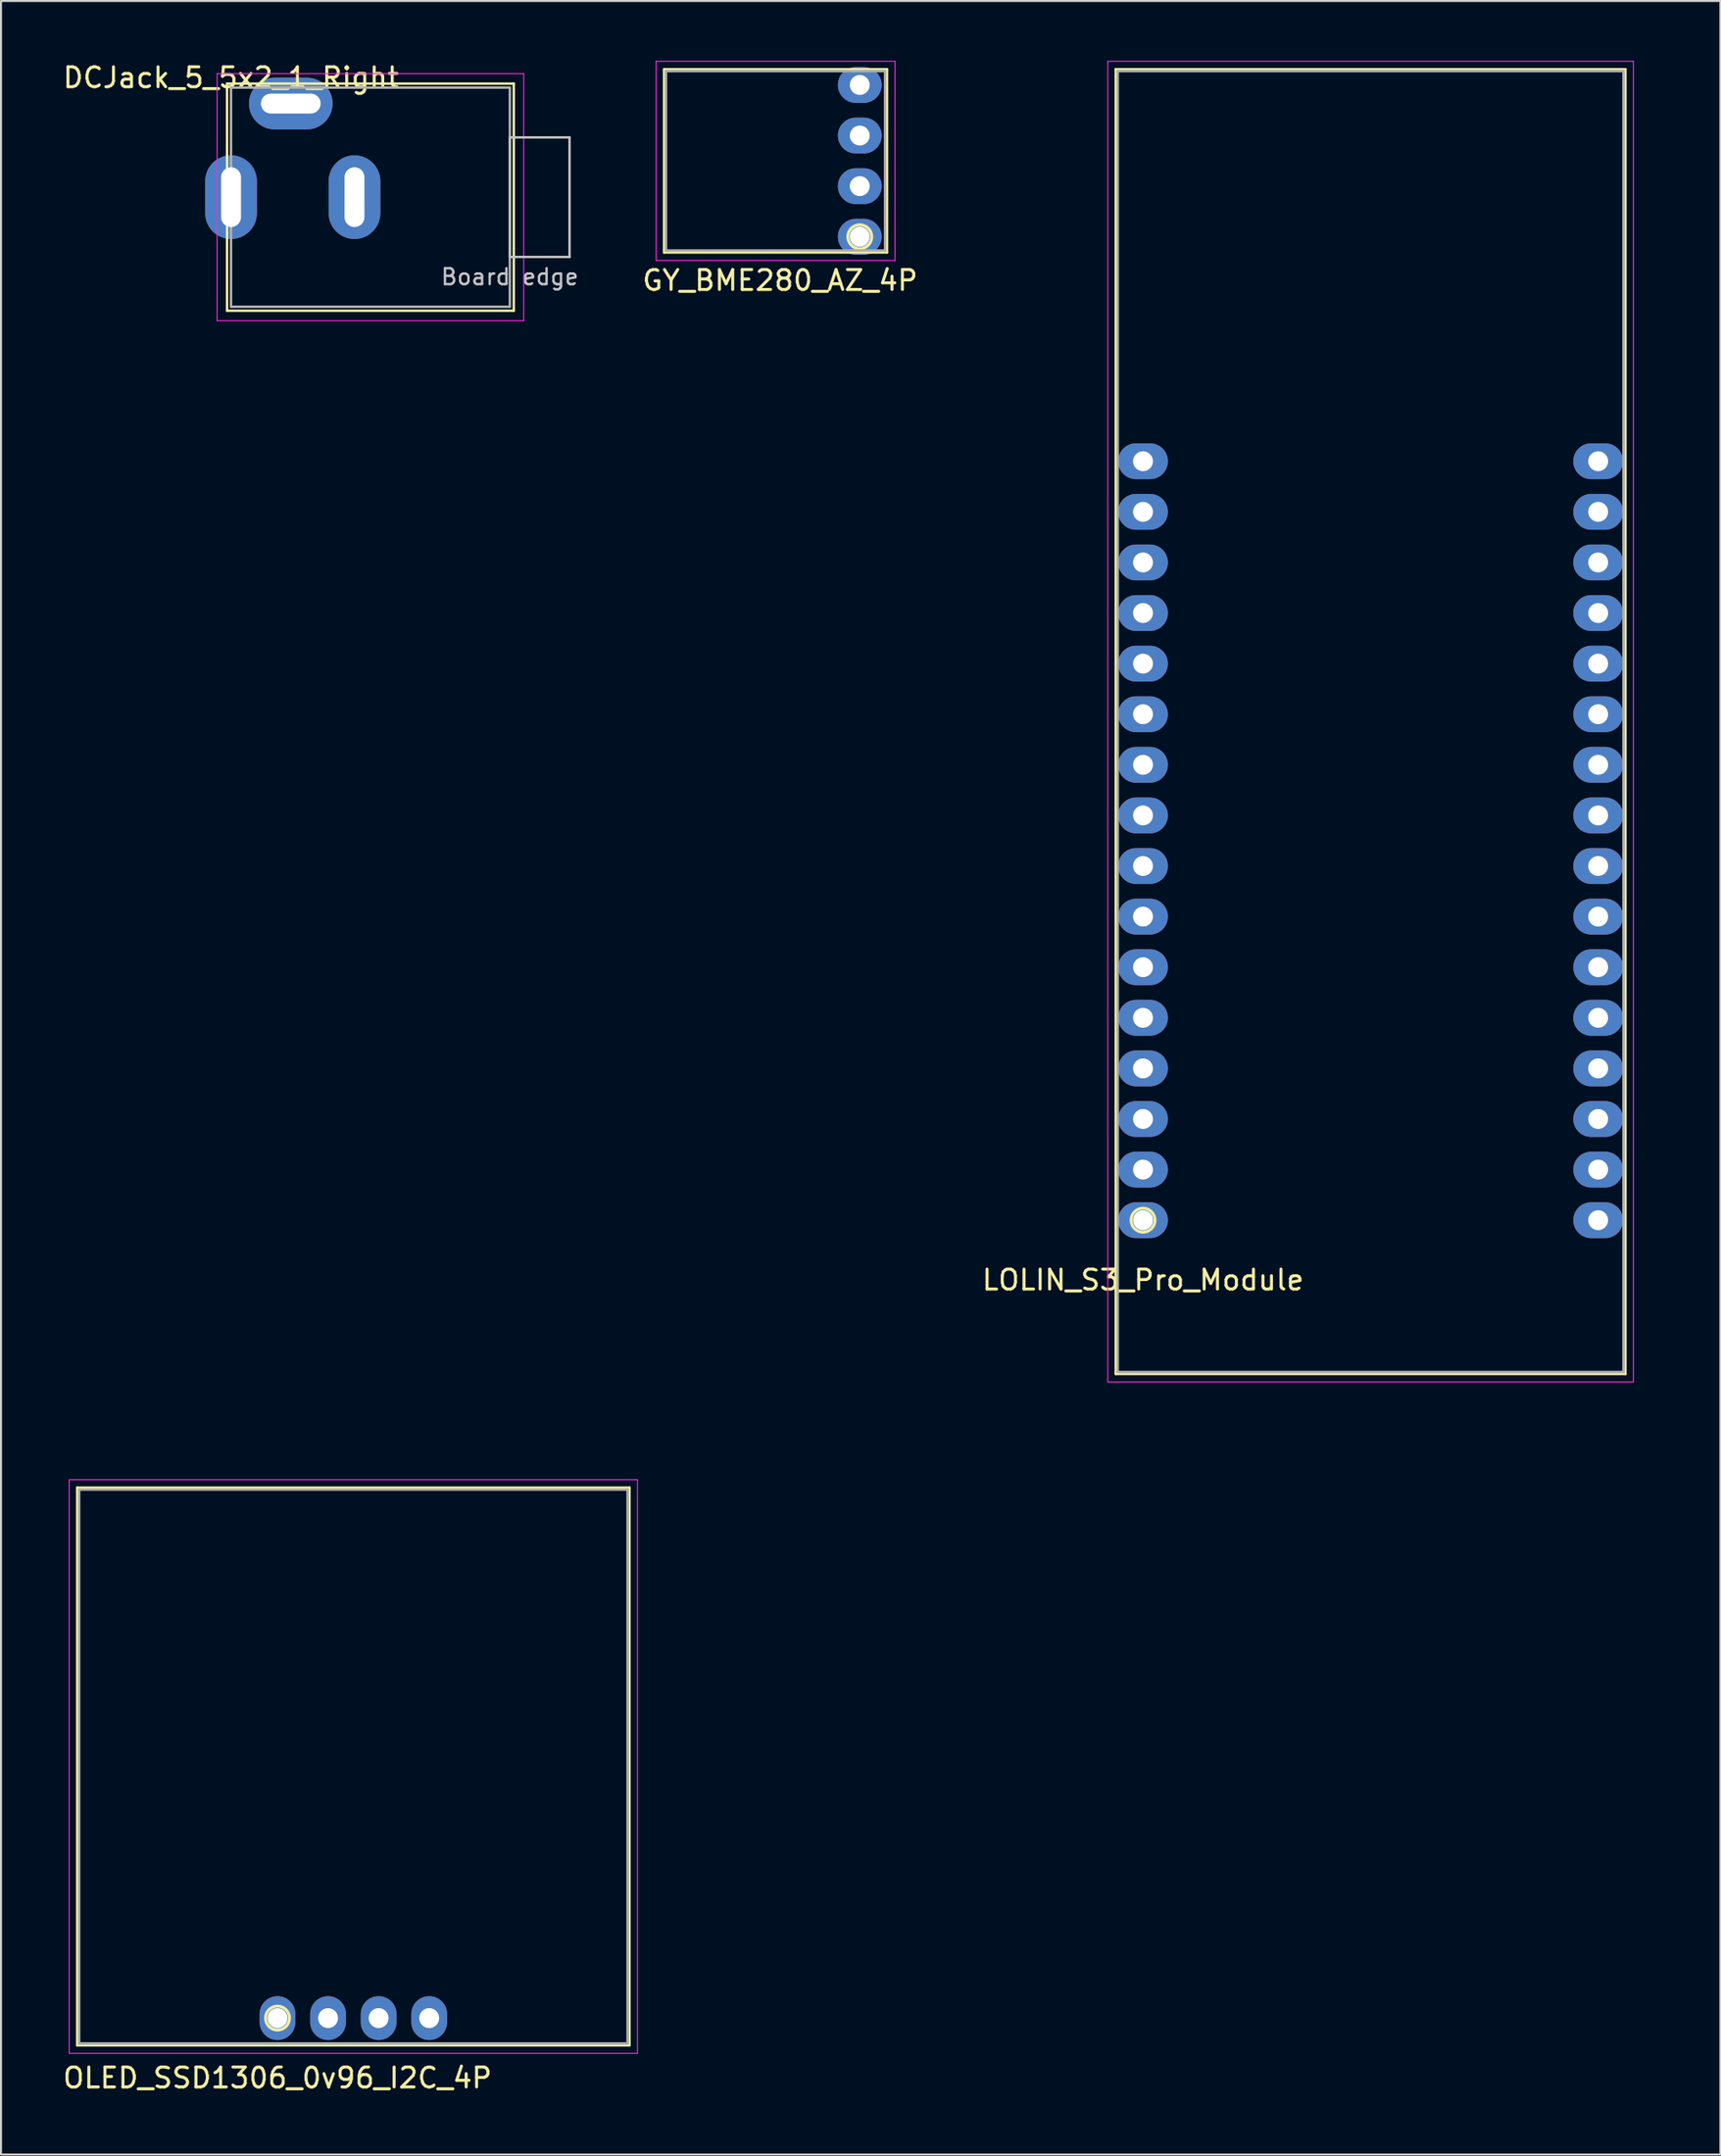
<source format=kicad_pcb>
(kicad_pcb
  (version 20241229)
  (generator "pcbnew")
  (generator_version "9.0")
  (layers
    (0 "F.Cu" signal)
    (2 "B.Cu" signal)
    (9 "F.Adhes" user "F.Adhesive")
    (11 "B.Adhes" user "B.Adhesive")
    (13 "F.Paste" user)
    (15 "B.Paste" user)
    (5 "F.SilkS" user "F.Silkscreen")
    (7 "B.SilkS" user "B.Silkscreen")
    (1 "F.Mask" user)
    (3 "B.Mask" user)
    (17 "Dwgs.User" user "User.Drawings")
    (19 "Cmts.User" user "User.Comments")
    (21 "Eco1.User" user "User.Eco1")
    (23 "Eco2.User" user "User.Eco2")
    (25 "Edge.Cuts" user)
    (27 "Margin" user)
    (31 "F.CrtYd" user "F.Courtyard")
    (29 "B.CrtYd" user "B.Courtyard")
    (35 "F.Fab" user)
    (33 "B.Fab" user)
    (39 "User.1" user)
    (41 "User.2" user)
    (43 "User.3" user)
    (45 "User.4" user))
  (footprint "LOLIN_S3_Pro_Module"
    (layer "F.Cu")
    (at 54.357 58.205)
    (property "Reference" "LOLIN_S3_Pro_Module" (at 0 3 0) (layer "F.SilkS") (effects (font (size 1 1) (thickness 0.15))))
    (attr through_hole)
    (fp_line (start -1.37 -57.78) (end -1.37 7.72) (stroke (width 0.12) (type solid)) (layer "F.SilkS"))
    (fp_line (start -1.37 7.72) (end 24.23 7.72) (stroke (width 0.12) (type solid)) (layer "F.SilkS"))
    (fp_line (start 24.23 -57.78) (end -1.37 -57.78) (stroke (width 0.12) (type solid)) (layer "F.SilkS"))
    (fp_line (start 24.23 7.72) (end 24.23 -57.78) (stroke (width 0.12) (type solid)) (layer "F.SilkS"))
    (fp_circle (center 0 0) (end 0.6 0) (stroke (width 0.15) (type solid)) (fill no) (layer "F.SilkS"))
    (fp_line (start -1.77 -58.18) (end -1.77 8.12) (stroke (width 0.05) (type solid)) (layer "F.CrtYd"))
    (fp_line (start -1.77 8.12) (end 24.63 8.12) (stroke (width 0.05) (type solid)) (layer "F.CrtYd"))
    (fp_line (start 24.63 -58.18) (end -1.77 -58.18) (stroke (width 0.05) (type solid)) (layer "F.CrtYd"))
    (fp_line (start 24.63 8.12) (end 24.63 -58.18) (stroke (width 0.05) (type solid)) (layer "F.CrtYd"))
    (fp_line (start -1.27 -57.68) (end -1.27 7.62) (stroke (width 0.12) (type solid)) (layer "F.Fab"))
    (fp_line (start -1.27 7.62) (end 24.13 7.62) (stroke (width 0.12) (type solid)) (layer "F.Fab"))
    (fp_line (start 24.13 -57.68) (end -1.27 -57.68) (stroke (width 0.12) (type solid)) (layer "F.Fab"))
    (fp_line (start 24.13 7.62) (end 24.13 -57.68) (stroke (width 0.12) (type solid)) (layer "F.Fab"))
    (pad "1" thru_hole oval (at 22.86 0) (size 2.5 1.8) (drill 1) (layers "*.Cu" "*.Mask"))
    (pad "2" thru_hole oval (at 22.86 -2.54) (size 2.5 1.8) (drill 1) (layers "*.Cu" "*.Mask"))
    (pad "3" thru_hole oval (at 22.86 -5.08) (size 2.5 1.8) (drill 1) (layers "*.Cu" "*.Mask"))
    (pad "4" thru_hole oval (at 22.86 -7.62) (size 2.5 1.8) (drill 1) (layers "*.Cu" "*.Mask"))
    (pad "5" thru_hole oval (at 22.86 -10.16) (size 2.5 1.8) (drill 1) (layers "*.Cu" "*.Mask"))
    (pad "6" thru_hole oval (at 22.86 -12.7) (size 2.5 1.8) (drill 1) (layers "*.Cu" "*.Mask"))
    (pad "7" thru_hole oval (at 22.86 -15.24) (size 2.5 1.8) (drill 1) (layers "*.Cu" "*.Mask"))
    (pad "8" thru_hole oval (at 22.86 -17.78) (size 2.5 1.8) (drill 1) (layers "*.Cu" "*.Mask"))
    (pad "9" thru_hole oval (at 22.86 -20.32) (size 2.5 1.8) (drill 1) (layers "*.Cu" "*.Mask"))
    (pad "10" thru_hole oval (at 22.86 -22.86) (size 2.5 1.8) (drill 1) (layers "*.Cu" "*.Mask"))
    (pad "11" thru_hole oval (at 22.86 -25.4) (size 2.5 1.8) (drill 1) (layers "*.Cu" "*.Mask"))
    (pad "12" thru_hole oval (at 22.86 -27.94) (size 2.5 1.8) (drill 1) (layers "*.Cu" "*.Mask"))
    (pad "13" thru_hole oval (at 22.86 -30.48) (size 2.5 1.8) (drill 1) (layers "*.Cu" "*.Mask"))
    (pad "14" thru_hole oval (at 22.86 -33.02) (size 2.5 1.8) (drill 1) (layers "*.Cu" "*.Mask"))
    (pad "15" thru_hole oval (at 22.86 -35.56) (size 2.5 1.8) (drill 1) (layers "*.Cu" "*.Mask"))
    (pad "16" thru_hole oval (at 22.86 -38.1) (size 2.5 1.8) (drill 1) (layers "*.Cu" "*.Mask"))
    (pad "17" thru_hole oval (at 0 0) (size 2.5 1.8) (drill 1) (layers "*.Cu" "*.Mask"))
    (pad "18" thru_hole oval (at 0 -2.54) (size 2.5 1.8) (drill 1) (layers "*.Cu" "*.Mask"))
    (pad "19" thru_hole oval (at 0 -5.08) (size 2.5 1.8) (drill 1) (layers "*.Cu" "*.Mask"))
    (pad "20" thru_hole oval (at 0 -7.62) (size 2.5 1.8) (drill 1) (layers "*.Cu" "*.Mask"))
    (pad "21" thru_hole oval (at 0 -10.16) (size 2.5 1.8) (drill 1) (layers "*.Cu" "*.Mask"))
    (pad "22" thru_hole oval (at 0 -12.7) (size 2.5 1.8) (drill 1) (layers "*.Cu" "*.Mask"))
    (pad "23" thru_hole oval (at 0 -15.24) (size 2.5 1.8) (drill 1) (layers "*.Cu" "*.Mask"))
    (pad "24" thru_hole oval (at 0 -17.78) (size 2.5 1.8) (drill 1) (layers "*.Cu" "*.Mask"))
    (pad "25" thru_hole oval (at 0 -20.32) (size 2.5 1.8) (drill 1) (layers "*.Cu" "*.Mask"))
    (pad "26" thru_hole oval (at 0 -22.86) (size 2.5 1.8) (drill 1) (layers "*.Cu" "*.Mask"))
    (pad "27" thru_hole oval (at 0 -25.4) (size 2.5 1.8) (drill 1) (layers "*.Cu" "*.Mask"))
    (pad "28" thru_hole oval (at 0 -27.94) (size 2.5 1.8) (drill 1) (layers "*.Cu" "*.Mask"))
    (pad "29" thru_hole oval (at 0 -30.48) (size 2.5 1.8) (drill 1) (layers "*.Cu" "*.Mask"))
    (pad "30" thru_hole oval (at 0 -33.02) (size 2.5 1.8) (drill 1) (layers "*.Cu" "*.Mask"))
    (pad "31" thru_hole oval (at 0 -35.56) (size 2.5 1.8) (drill 1) (layers "*.Cu" "*.Mask"))
    (pad "32" thru_hole oval (at 0 -38.1) (size 2.5 1.8) (drill 1) (layers "*.Cu" "*.Mask"))
    (zone (net_name "") (layer "F.Cu") (hatch edge 0.508) (connect_pads) (min_thickness 0.25) (filled_areas_thickness no) (keepout (tracks not_allowed) (vias not_allowed) (pads not_allowed) (copperpour not_allowed) (footprints allowed)) (placement (enabled no)) (fill) (polygon (pts (xy 51.357 59.475) (xy 80.357 59.475) (xy 80.357 68.205) (xy 51.357 68.205))))
    (zone (net_name "") (layer "B.Cu") (hatch edge 0.508) (connect_pads) (min_thickness 0.25) (filled_areas_thickness no) (keepout (tracks not_allowed) (vias not_allowed) (pads not_allowed) (copperpour not_allowed) (footprints allowed)) (placement (enabled no)) (fill) (polygon (pts (xy 51.357 59.475) (xy 80.357 59.475) (xy 80.357 68.205) (xy 51.357 68.205)))))
  (footprint "GY_BME280_AZ_4P"
    (layer "F.Cu")
    (at 40.131 5.025)
    (property "Reference" "GY_BME280_AZ_4P" (at -4 6 0) (layer "F.SilkS") (effects (font (size 1 1) (thickness 0.15))))
    (attr through_hole)
    (fp_line (start -9.83 -4.6) (end -9.83 4.6) (stroke (width 0.12) (type solid)) (layer "F.SilkS"))
    (fp_line (start -9.83 4.6) (end 1.37 4.6) (stroke (width 0.12) (type solid)) (layer "F.SilkS"))
    (fp_line (start 1.37 -4.6) (end -9.83 -4.6) (stroke (width 0.12) (type solid)) (layer "F.SilkS"))
    (fp_line (start 1.37 4.6) (end 1.37 -4.6) (stroke (width 0.12) (type solid)) (layer "F.SilkS"))
    (fp_circle (center 0 3.81) (end 0.6 3.81) (stroke (width 0.15) (type solid)) (fill no) (layer "F.SilkS"))
    (fp_line (start -10.23 -5) (end -10.23 5) (stroke (width 0.05) (type solid)) (layer "F.CrtYd"))
    (fp_line (start -10.23 5) (end 1.77 5) (stroke (width 0.05) (type solid)) (layer "F.CrtYd"))
    (fp_line (start 1.77 -5) (end -10.23 -5) (stroke (width 0.05) (type solid)) (layer "F.CrtYd"))
    (fp_line (start 1.77 5) (end 1.77 -5) (stroke (width 0.05) (type solid)) (layer "F.CrtYd"))
    (fp_line (start -9.73 -4.5) (end -9.73 4.5) (stroke (width 0.12) (type solid)) (layer "F.Fab"))
    (fp_line (start -9.73 4.5) (end 1.27 4.5) (stroke (width 0.12) (type solid)) (layer "F.Fab"))
    (fp_line (start 1.27 -4.5) (end -9.73 -4.5) (stroke (width 0.12) (type solid)) (layer "F.Fab"))
    (fp_line (start 1.27 4.5) (end 1.27 -4.5) (stroke (width 0.12) (type solid)) (layer "F.Fab"))
    (pad "1" thru_hole oval (at 0 3.81) (size 2.2 1.8) (drill 1) (layers "*.Cu" "*.Mask"))
    (pad "2" thru_hole oval (at 0 1.27) (size 2.2 1.8) (drill 1) (layers "*.Cu" "*.Mask"))
    (pad "3" thru_hole oval (at 0 -1.27) (size 2.2 1.8) (drill 1) (layers "*.Cu" "*.Mask"))
    (pad "4" thru_hole oval (at 0 -3.81) (size 2.2 1.8) (drill 1) (layers "*.Cu" "*.Mask")))
  (footprint "OLED_SSD1306_0v96_I2C_4P"
    (layer "F.Cu")
    (at 10.887 98.26)
    (property "Reference" "OLED_SSD1306_0v96_I2C_4P" (at 0 3 0) (layer "F.SilkS") (effects (font (size 1 1) (thickness 0.15))))
    (attr through_hole)
    (fp_line (start -10.06 -26.63) (end -10.06 1.37) (stroke (width 0.12) (type solid)) (layer "F.SilkS"))
    (fp_line (start -10.06 1.37) (end 17.68 1.37) (stroke (width 0.12) (type solid)) (layer "F.SilkS"))
    (fp_line (start 17.68 -26.63) (end -10.06 -26.63) (stroke (width 0.12) (type solid)) (layer "F.SilkS"))
    (fp_line (start 17.68 1.37) (end 17.68 -26.63) (stroke (width 0.12) (type solid)) (layer "F.SilkS"))
    (fp_circle (center 0 0) (end 0.6 0) (stroke (width 0.15) (type solid)) (fill no) (layer "F.SilkS"))
    (fp_line (start -10.46 -27.03) (end -10.46 1.77) (stroke (width 0.05) (type solid)) (layer "F.CrtYd"))
    (fp_line (start -10.46 1.77) (end 18.08 1.77) (stroke (width 0.05) (type solid)) (layer "F.CrtYd"))
    (fp_line (start 18.08 -27.03) (end -10.46 -27.03) (stroke (width 0.05) (type solid)) (layer "F.CrtYd"))
    (fp_line (start 18.08 1.77) (end 18.08 -27.03) (stroke (width 0.05) (type solid)) (layer "F.CrtYd"))
    (fp_line (start -9.96 -26.53) (end -9.96 1.27) (stroke (width 0.12) (type solid)) (layer "F.Fab"))
    (fp_line (start -9.96 1.27) (end 17.58 1.27) (stroke (width 0.12) (type solid)) (layer "F.Fab"))
    (fp_line (start 17.58 -26.53) (end -9.96 -26.53) (stroke (width 0.12) (type solid)) (layer "F.Fab"))
    (fp_line (start 17.58 1.27) (end 17.58 -26.53) (stroke (width 0.12) (type solid)) (layer "F.Fab"))
    (pad "1" thru_hole oval (at 0 0) (size 1.8 2.2) (drill 1) (layers "*.Cu" "*.Mask"))
    (pad "2" thru_hole oval (at 2.54 0) (size 1.8 2.2) (drill 1) (layers "*.Cu" "*.Mask"))
    (pad "3" thru_hole oval (at 5.08 0) (size 1.8 2.2) (drill 1) (layers "*.Cu" "*.Mask"))
    (pad "4" thru_hole oval (at 7.62 0) (size 1.8 2.2) (drill 1) (layers "*.Cu" "*.Mask")))
  (footprint "DCJack_5_5x2_1_Right"
    (layer "F.Cu")
    (at 8.554 6.848)
    (property "Reference" "DCJack_5_5x2_1_Right" (at 0 -6 0) (layer "F.SilkS") (effects (font (size 1 1) (thickness 0.15))))
    (attr through_hole)
    (fp_line (start -0.2 -5.7) (end -0.2 5.7) (stroke (width 0.12) (type solid)) (layer "F.SilkS"))
    (fp_line (start -0.2 5.7) (end 14.2 5.7) (stroke (width 0.12) (type solid)) (layer "F.SilkS"))
    (fp_line (start 14.2 -5.7) (end -0.2 -5.7) (stroke (width 0.12) (type solid)) (layer "F.SilkS"))
    (fp_line (start 14.2 5.7) (end 14.2 -5.7) (stroke (width 0.12) (type solid)) (layer "F.SilkS"))
    (fp_line (start 14 -3) (end 17 -3) (stroke (width 0.12) (type solid)) (layer "Dwgs.User"))
    (fp_line (start 14 3) (end 14 -3) (stroke (width 0.12) (type solid)) (layer "Dwgs.User"))
    (fp_line (start 17 -3) (end 17 3) (stroke (width 0.12) (type solid)) (layer "Dwgs.User"))
    (fp_line (start 17 3) (end 14 3) (stroke (width 0.12) (type solid)) (layer "Dwgs.User"))
    (fp_line (start -0.7 -6.2) (end -0.7 6.2) (stroke (width 0.05) (type solid)) (layer "F.CrtYd"))
    (fp_line (start -0.7 6.2) (end 14.7 6.2) (stroke (width 0.05) (type solid)) (layer "F.CrtYd"))
    (fp_line (start 14.7 -6.2) (end -0.7 -6.2) (stroke (width 0.05) (type solid)) (layer "F.CrtYd"))
    (fp_line (start 14.7 6.2) (end 14.7 -6.2) (stroke (width 0.05) (type solid)) (layer "F.CrtYd"))
    (fp_line (start 0 -5.5) (end 0 5.5) (stroke (width 0.12) (type solid)) (layer "F.Fab"))
    (fp_line (start 0 5.5) (end 14 5.5) (stroke (width 0.12) (type solid)) (layer "F.Fab"))
    (fp_line (start 14 -5.5) (end 0 -5.5) (stroke (width 0.12) (type solid)) (layer "F.Fab"))
    (fp_line (start 14 5.5) (end 14 -5.5) (stroke (width 0.12) (type solid)) (layer "F.Fab"))
    (fp_text user "Board edge" (at 14 4 0) (layer "Dwgs.User") (effects (font (size 0.8 0.8) (thickness 0.12))))
    (pad "1" thru_hole oval (at 0 0) (size 2.6 4.2) (drill oval 1 3) (layers "*.Cu" "*.Mask"))
    (pad "2" thru_hole oval (at 6.2 0) (size 2.6 4.2) (drill oval 1 3) (layers "*.Cu" "*.Mask"))
    (pad "3" thru_hole oval (at 3 -4.7) (size 4.2 2.6) (drill oval 3 1) (layers "*.Cu" "*.Mask")))
  (gr_rect
    (start -3 -3)
    (end 83.357 105.108)
    (stroke (width 0.1) (type default))
    (fill no)
    (layer "Edge.Cuts")))
</source>
